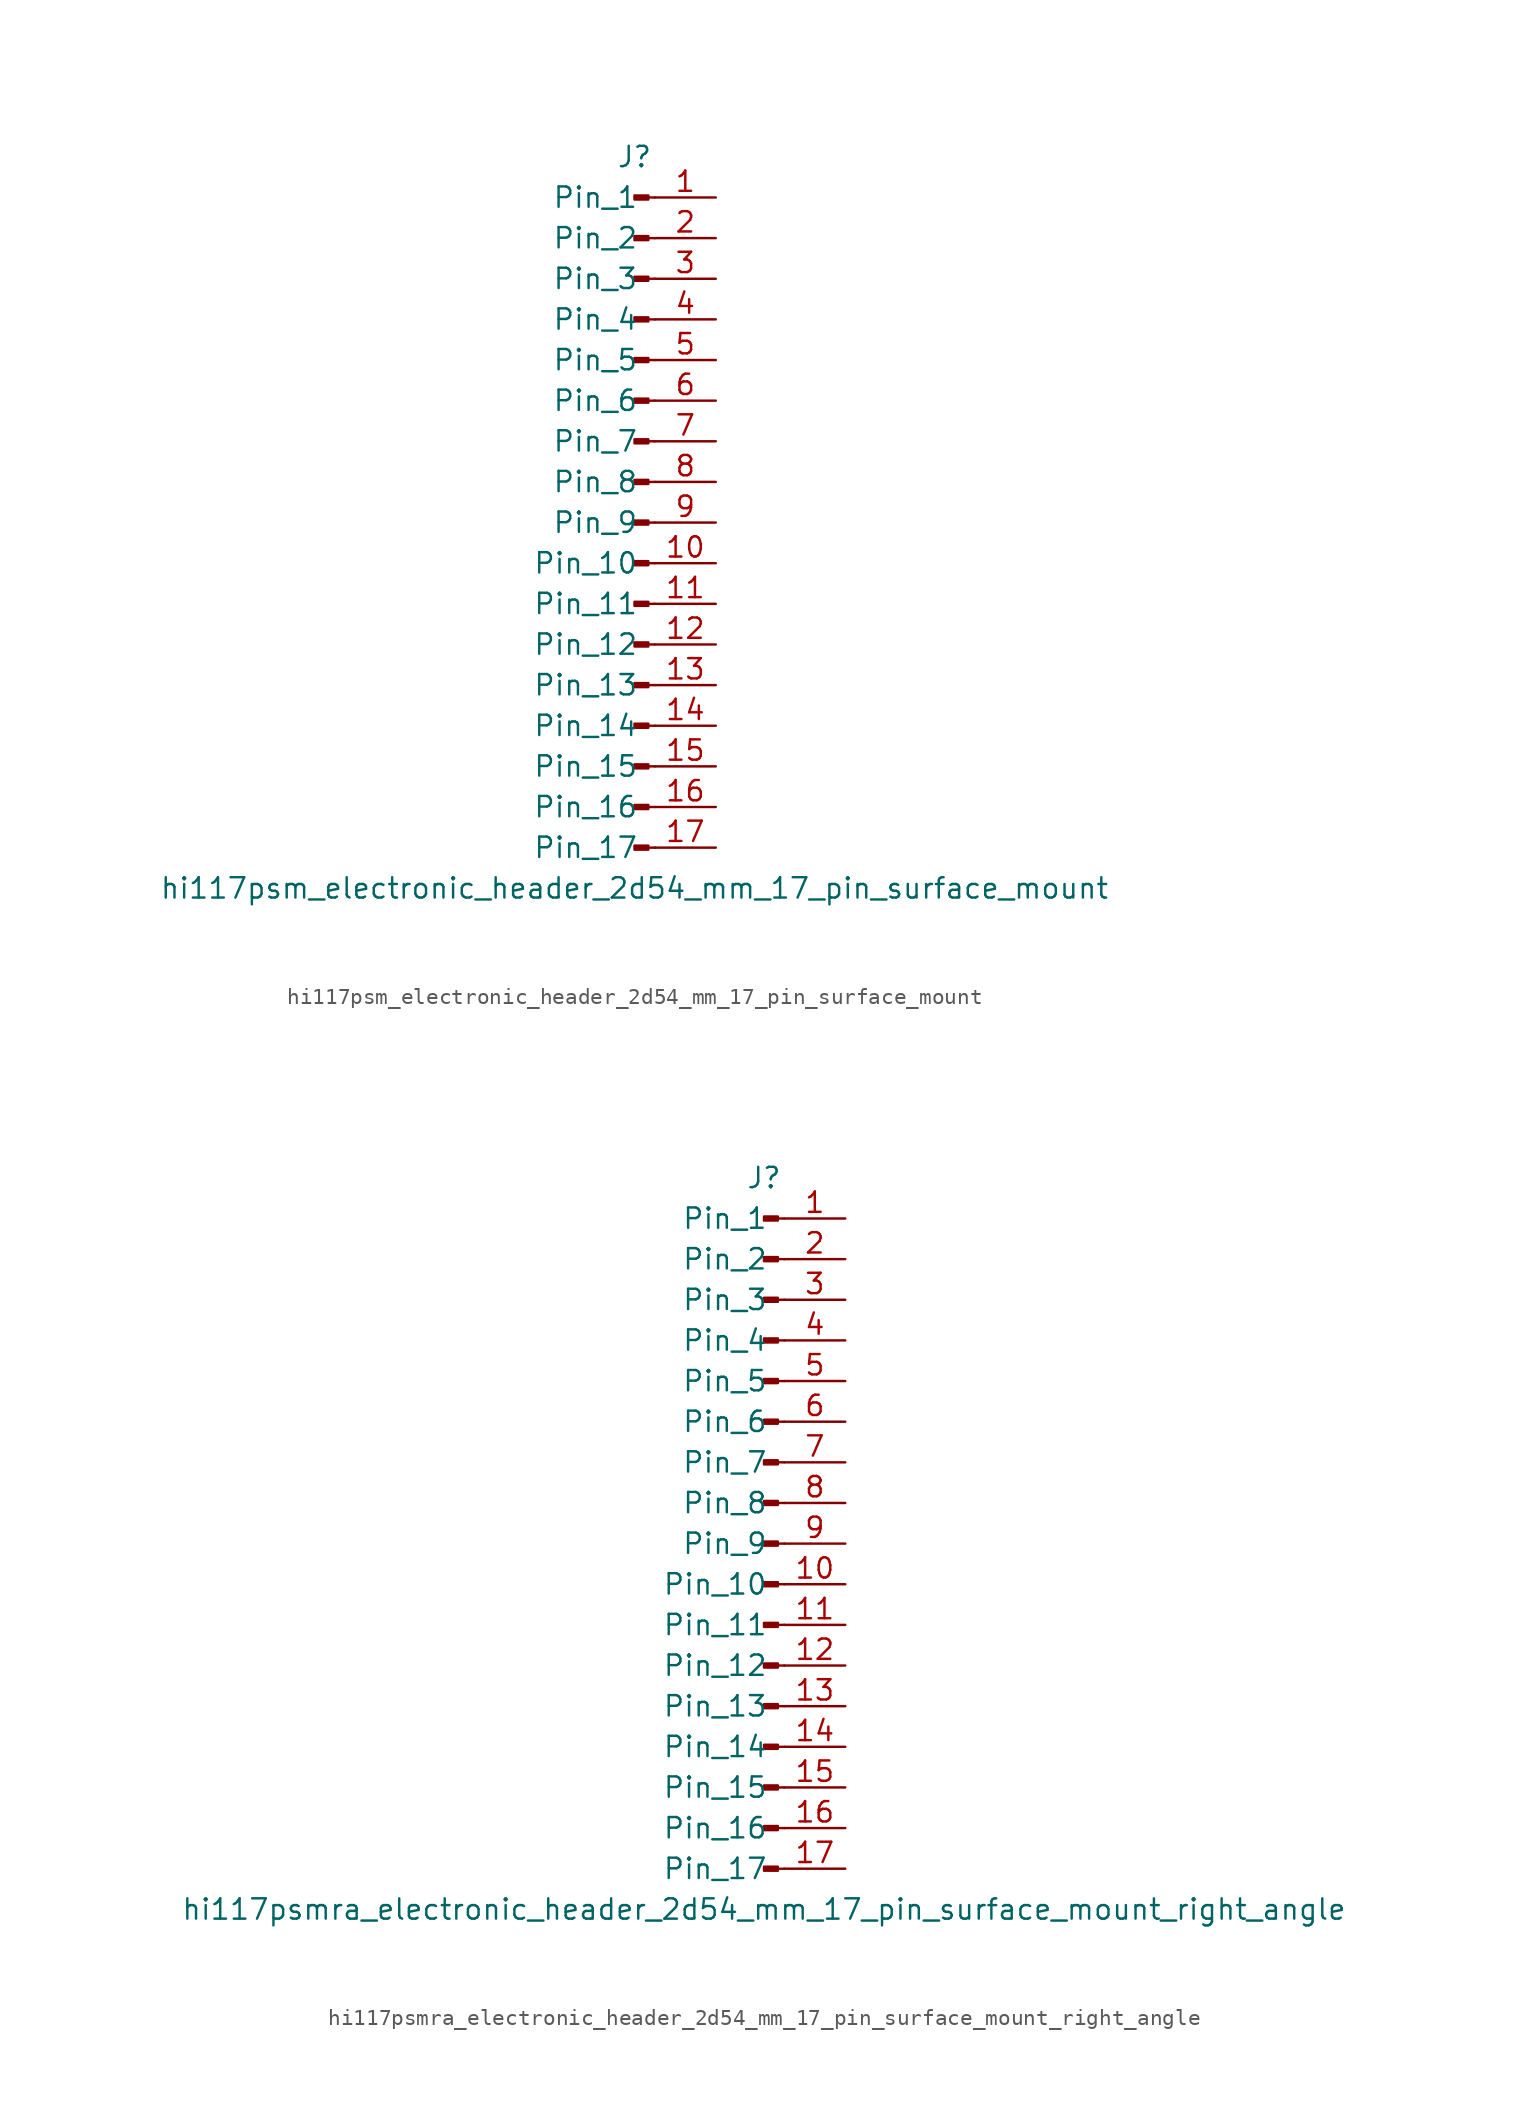
<source format=kicad_sym>
(kicad_symbol_lib
  (version 20220914)
  (generator kicad_symbol_editor)
  (symbol "hi117psm_electronic_header_2d54_mm_17_pin_surface_mount"
    (pin_names
      (offset 1.016))
    (property "Reference" "J"
      (at 0 22.86 0)
      (effects (font (size 1.27 1.27))))
    (property "Value" "hi117psm_electronic_header_2d54_mm_17_pin_surface_mount"
      (at 0 -22.86 0)
      (effects (font (size 1.27 1.27))))
    (property "ki_locked" ""
      (at 0 0 0)
      (effects (font (size 1.27 1.27))))
    (symbol "hi117psm_electronic_header_2d54_mm_17_pin_surface_mount_1_1"
      (polyline (pts (xy 1.27 -20.32) (xy 0.864 -20.32)) (stroke (width 0.152) (type default)) (fill (type none)))
      (polyline (pts (xy 1.27 -17.78) (xy 0.864 -17.78)) (stroke (width 0.152) (type default)) (fill (type none)))
      (polyline (pts (xy 1.27 -15.24) (xy 0.864 -15.24)) (stroke (width 0.152) (type default)) (fill (type none)))
      (polyline (pts (xy 1.27 -12.7) (xy 0.864 -12.7)) (stroke (width 0.152) (type default)) (fill (type none)))
      (polyline (pts (xy 1.27 -10.16) (xy 0.864 -10.16)) (stroke (width 0.152) (type default)) (fill (type none)))
      (polyline (pts (xy 1.27 -7.62) (xy 0.864 -7.62)) (stroke (width 0.152) (type default)) (fill (type none)))
      (polyline (pts (xy 1.27 -5.08) (xy 0.864 -5.08)) (stroke (width 0.152) (type default)) (fill (type none)))
      (polyline (pts (xy 1.27 -2.54) (xy 0.864 -2.54)) (stroke (width 0.152) (type default)) (fill (type none)))
      (polyline (pts (xy 1.27 0) (xy 0.864 0)) (stroke (width 0.152) (type default)) (fill (type none)))
      (polyline (pts (xy 1.27 2.54) (xy 0.864 2.54)) (stroke (width 0.152) (type default)) (fill (type none)))
      (polyline (pts (xy 1.27 5.08) (xy 0.864 5.08)) (stroke (width 0.152) (type default)) (fill (type none)))
      (polyline (pts (xy 1.27 7.62) (xy 0.864 7.62)) (stroke (width 0.152) (type default)) (fill (type none)))
      (polyline (pts (xy 1.27 10.16) (xy 0.864 10.16)) (stroke (width 0.152) (type default)) (fill (type none)))
      (polyline (pts (xy 1.27 12.7) (xy 0.864 12.7)) (stroke (width 0.152) (type default)) (fill (type none)))
      (polyline (pts (xy 1.27 15.24) (xy 0.864 15.24)) (stroke (width 0.152) (type default)) (fill (type none)))
      (polyline (pts (xy 1.27 17.78) (xy 0.864 17.78)) (stroke (width 0.152) (type default)) (fill (type none)))
      (polyline (pts (xy 1.27 20.32) (xy 0.864 20.32)) (stroke (width 0.152) (type default)) (fill (type none)))
      (rectangle (start 0.864 -20.193) (end 0 -20.447) (stroke (width 0.152) (type default)) (fill (type outline)))
      (rectangle (start 0.864 -17.653) (end 0 -17.907) (stroke (width 0.152) (type default)) (fill (type outline)))
      (rectangle (start 0.864 -15.113) (end 0 -15.367) (stroke (width 0.152) (type default)) (fill (type outline)))
      (rectangle (start 0.864 -12.573) (end 0 -12.827) (stroke (width 0.152) (type default)) (fill (type outline)))
      (rectangle (start 0.864 -10.033) (end 0 -10.287) (stroke (width 0.152) (type default)) (fill (type outline)))
      (rectangle (start 0.864 -7.493) (end 0 -7.747) (stroke (width 0.152) (type default)) (fill (type outline)))
      (rectangle (start 0.864 -4.953) (end 0 -5.207) (stroke (width 0.152) (type default)) (fill (type outline)))
      (rectangle (start 0.864 -2.413) (end 0 -2.667) (stroke (width 0.152) (type default)) (fill (type outline)))
      (rectangle (start 0.864 0.127) (end 0 -0.127) (stroke (width 0.152) (type default)) (fill (type outline)))
      (rectangle (start 0.864 2.667) (end 0 2.413) (stroke (width 0.152) (type default)) (fill (type outline)))
      (rectangle (start 0.864 5.207) (end 0 4.953) (stroke (width 0.152) (type default)) (fill (type outline)))
      (rectangle (start 0.864 7.747) (end 0 7.493) (stroke (width 0.152) (type default)) (fill (type outline)))
      (rectangle (start 0.864 10.287) (end 0 10.033) (stroke (width 0.152) (type default)) (fill (type outline)))
      (rectangle (start 0.864 12.827) (end 0 12.573) (stroke (width 0.152) (type default)) (fill (type outline)))
      (rectangle (start 0.864 15.367) (end 0 15.113) (stroke (width 0.152) (type default)) (fill (type outline)))
      (rectangle (start 0.864 17.907) (end 0 17.653) (stroke (width 0.152) (type default)) (fill (type outline)))
      (rectangle (start 0.864 20.447) (end 0 20.193) (stroke (width 0.152) (type default)) (fill (type outline)))
      (pin passive line (at 5.08 20.32 180) (length 3.81) (name "Pin_1" (effects (font (size 1.27 1.27)))) (number "1" (effects (font (size 1.27 1.27)))))
      (pin passive line (at 5.08 -2.54 180) (length 3.81) (name "Pin_10" (effects (font (size 1.27 1.27)))) (number "10" (effects (font (size 1.27 1.27)))))
      (pin passive line (at 5.08 -5.08 180) (length 3.81) (name "Pin_11" (effects (font (size 1.27 1.27)))) (number "11" (effects (font (size 1.27 1.27)))))
      (pin passive line (at 5.08 -7.62 180) (length 3.81) (name "Pin_12" (effects (font (size 1.27 1.27)))) (number "12" (effects (font (size 1.27 1.27)))))
      (pin passive line (at 5.08 -10.16 180) (length 3.81) (name "Pin_13" (effects (font (size 1.27 1.27)))) (number "13" (effects (font (size 1.27 1.27)))))
      (pin passive line (at 5.08 -12.7 180) (length 3.81) (name "Pin_14" (effects (font (size 1.27 1.27)))) (number "14" (effects (font (size 1.27 1.27)))))
      (pin passive line (at 5.08 -15.24 180) (length 3.81) (name "Pin_15" (effects (font (size 1.27 1.27)))) (number "15" (effects (font (size 1.27 1.27)))))
      (pin passive line (at 5.08 -17.78 180) (length 3.81) (name "Pin_16" (effects (font (size 1.27 1.27)))) (number "16" (effects (font (size 1.27 1.27)))))
      (pin passive line (at 5.08 -20.32 180) (length 3.81) (name "Pin_17" (effects (font (size 1.27 1.27)))) (number "17" (effects (font (size 1.27 1.27)))))
      (pin passive line (at 5.08 17.78 180) (length 3.81) (name "Pin_2" (effects (font (size 1.27 1.27)))) (number "2" (effects (font (size 1.27 1.27)))))
      (pin passive line (at 5.08 15.24 180) (length 3.81) (name "Pin_3" (effects (font (size 1.27 1.27)))) (number "3" (effects (font (size 1.27 1.27)))))
      (pin passive line (at 5.08 12.7 180) (length 3.81) (name "Pin_4" (effects (font (size 1.27 1.27)))) (number "4" (effects (font (size 1.27 1.27)))))
      (pin passive line (at 5.08 10.16 180) (length 3.81) (name "Pin_5" (effects (font (size 1.27 1.27)))) (number "5" (effects (font (size 1.27 1.27)))))
      (pin passive line (at 5.08 7.62 180) (length 3.81) (name "Pin_6" (effects (font (size 1.27 1.27)))) (number "6" (effects (font (size 1.27 1.27)))))
      (pin passive line (at 5.08 5.08 180) (length 3.81) (name "Pin_7" (effects (font (size 1.27 1.27)))) (number "7" (effects (font (size 1.27 1.27)))))
      (pin passive line (at 5.08 2.54 180) (length 3.81) (name "Pin_8" (effects (font (size 1.27 1.27)))) (number "8" (effects (font (size 1.27 1.27)))))
      (pin passive line (at 5.08 0 180) (length 3.81) (name "Pin_9" (effects (font (size 1.27 1.27)))) (number "9" (effects (font (size 1.27 1.27)))))))
  (symbol "hi117psmra_electronic_header_2d54_mm_17_pin_surface_mount_right_angle"
    (pin_names
      (offset 1.016))
    (property "Reference" "J"
      (at 0 22.86 0)
      (effects (font (size 1.27 1.27))))
    (property "Value" "hi117psmra_electronic_header_2d54_mm_17_pin_surface_mount_right_angle"
      (at 0 -22.86 0)
      (effects (font (size 1.27 1.27))))
    (property "ki_locked" ""
      (at 0 0 0)
      (effects (font (size 1.27 1.27))))
    (symbol "hi117psmra_electronic_header_2d54_mm_17_pin_surface_mount_right_angle_1_1"
      (polyline (pts (xy 1.27 -20.32) (xy 0.864 -20.32)) (stroke (width 0.152) (type default)) (fill (type none)))
      (polyline (pts (xy 1.27 -17.78) (xy 0.864 -17.78)) (stroke (width 0.152) (type default)) (fill (type none)))
      (polyline (pts (xy 1.27 -15.24) (xy 0.864 -15.24)) (stroke (width 0.152) (type default)) (fill (type none)))
      (polyline (pts (xy 1.27 -12.7) (xy 0.864 -12.7)) (stroke (width 0.152) (type default)) (fill (type none)))
      (polyline (pts (xy 1.27 -10.16) (xy 0.864 -10.16)) (stroke (width 0.152) (type default)) (fill (type none)))
      (polyline (pts (xy 1.27 -7.62) (xy 0.864 -7.62)) (stroke (width 0.152) (type default)) (fill (type none)))
      (polyline (pts (xy 1.27 -5.08) (xy 0.864 -5.08)) (stroke (width 0.152) (type default)) (fill (type none)))
      (polyline (pts (xy 1.27 -2.54) (xy 0.864 -2.54)) (stroke (width 0.152) (type default)) (fill (type none)))
      (polyline (pts (xy 1.27 0) (xy 0.864 0)) (stroke (width 0.152) (type default)) (fill (type none)))
      (polyline (pts (xy 1.27 2.54) (xy 0.864 2.54)) (stroke (width 0.152) (type default)) (fill (type none)))
      (polyline (pts (xy 1.27 5.08) (xy 0.864 5.08)) (stroke (width 0.152) (type default)) (fill (type none)))
      (polyline (pts (xy 1.27 7.62) (xy 0.864 7.62)) (stroke (width 0.152) (type default)) (fill (type none)))
      (polyline (pts (xy 1.27 10.16) (xy 0.864 10.16)) (stroke (width 0.152) (type default)) (fill (type none)))
      (polyline (pts (xy 1.27 12.7) (xy 0.864 12.7)) (stroke (width 0.152) (type default)) (fill (type none)))
      (polyline (pts (xy 1.27 15.24) (xy 0.864 15.24)) (stroke (width 0.152) (type default)) (fill (type none)))
      (polyline (pts (xy 1.27 17.78) (xy 0.864 17.78)) (stroke (width 0.152) (type default)) (fill (type none)))
      (polyline (pts (xy 1.27 20.32) (xy 0.864 20.32)) (stroke (width 0.152) (type default)) (fill (type none)))
      (rectangle (start 0.864 -20.193) (end 0 -20.447) (stroke (width 0.152) (type default)) (fill (type outline)))
      (rectangle (start 0.864 -17.653) (end 0 -17.907) (stroke (width 0.152) (type default)) (fill (type outline)))
      (rectangle (start 0.864 -15.113) (end 0 -15.367) (stroke (width 0.152) (type default)) (fill (type outline)))
      (rectangle (start 0.864 -12.573) (end 0 -12.827) (stroke (width 0.152) (type default)) (fill (type outline)))
      (rectangle (start 0.864 -10.033) (end 0 -10.287) (stroke (width 0.152) (type default)) (fill (type outline)))
      (rectangle (start 0.864 -7.493) (end 0 -7.747) (stroke (width 0.152) (type default)) (fill (type outline)))
      (rectangle (start 0.864 -4.953) (end 0 -5.207) (stroke (width 0.152) (type default)) (fill (type outline)))
      (rectangle (start 0.864 -2.413) (end 0 -2.667) (stroke (width 0.152) (type default)) (fill (type outline)))
      (rectangle (start 0.864 0.127) (end 0 -0.127) (stroke (width 0.152) (type default)) (fill (type outline)))
      (rectangle (start 0.864 2.667) (end 0 2.413) (stroke (width 0.152) (type default)) (fill (type outline)))
      (rectangle (start 0.864 5.207) (end 0 4.953) (stroke (width 0.152) (type default)) (fill (type outline)))
      (rectangle (start 0.864 7.747) (end 0 7.493) (stroke (width 0.152) (type default)) (fill (type outline)))
      (rectangle (start 0.864 10.287) (end 0 10.033) (stroke (width 0.152) (type default)) (fill (type outline)))
      (rectangle (start 0.864 12.827) (end 0 12.573) (stroke (width 0.152) (type default)) (fill (type outline)))
      (rectangle (start 0.864 15.367) (end 0 15.113) (stroke (width 0.152) (type default)) (fill (type outline)))
      (rectangle (start 0.864 17.907) (end 0 17.653) (stroke (width 0.152) (type default)) (fill (type outline)))
      (rectangle (start 0.864 20.447) (end 0 20.193) (stroke (width 0.152) (type default)) (fill (type outline)))
      (pin passive line (at 5.08 20.32 180) (length 3.81) (name "Pin_1" (effects (font (size 1.27 1.27)))) (number "1" (effects (font (size 1.27 1.27)))))
      (pin passive line (at 5.08 -2.54 180) (length 3.81) (name "Pin_10" (effects (font (size 1.27 1.27)))) (number "10" (effects (font (size 1.27 1.27)))))
      (pin passive line (at 5.08 -5.08 180) (length 3.81) (name "Pin_11" (effects (font (size 1.27 1.27)))) (number "11" (effects (font (size 1.27 1.27)))))
      (pin passive line (at 5.08 -7.62 180) (length 3.81) (name "Pin_12" (effects (font (size 1.27 1.27)))) (number "12" (effects (font (size 1.27 1.27)))))
      (pin passive line (at 5.08 -10.16 180) (length 3.81) (name "Pin_13" (effects (font (size 1.27 1.27)))) (number "13" (effects (font (size 1.27 1.27)))))
      (pin passive line (at 5.08 -12.7 180) (length 3.81) (name "Pin_14" (effects (font (size 1.27 1.27)))) (number "14" (effects (font (size 1.27 1.27)))))
      (pin passive line (at 5.08 -15.24 180) (length 3.81) (name "Pin_15" (effects (font (size 1.27 1.27)))) (number "15" (effects (font (size 1.27 1.27)))))
      (pin passive line (at 5.08 -17.78 180) (length 3.81) (name "Pin_16" (effects (font (size 1.27 1.27)))) (number "16" (effects (font (size 1.27 1.27)))))
      (pin passive line (at 5.08 -20.32 180) (length 3.81) (name "Pin_17" (effects (font (size 1.27 1.27)))) (number "17" (effects (font (size 1.27 1.27)))))
      (pin passive line (at 5.08 17.78 180) (length 3.81) (name "Pin_2" (effects (font (size 1.27 1.27)))) (number "2" (effects (font (size 1.27 1.27)))))
      (pin passive line (at 5.08 15.24 180) (length 3.81) (name "Pin_3" (effects (font (size 1.27 1.27)))) (number "3" (effects (font (size 1.27 1.27)))))
      (pin passive line (at 5.08 12.7 180) (length 3.81) (name "Pin_4" (effects (font (size 1.27 1.27)))) (number "4" (effects (font (size 1.27 1.27)))))
      (pin passive line (at 5.08 10.16 180) (length 3.81) (name "Pin_5" (effects (font (size 1.27 1.27)))) (number "5" (effects (font (size 1.27 1.27)))))
      (pin passive line (at 5.08 7.62 180) (length 3.81) (name "Pin_6" (effects (font (size 1.27 1.27)))) (number "6" (effects (font (size 1.27 1.27)))))
      (pin passive line (at 5.08 5.08 180) (length 3.81) (name "Pin_7" (effects (font (size 1.27 1.27)))) (number "7" (effects (font (size 1.27 1.27)))))
      (pin passive line (at 5.08 2.54 180) (length 3.81) (name "Pin_8" (effects (font (size 1.27 1.27)))) (number "8" (effects (font (size 1.27 1.27)))))
      (pin passive line (at 5.08 0 180) (length 3.81) (name "Pin_9" (effects (font (size 1.27 1.27)))) (number "9" (effects (font (size 1.27 1.27))))))))
</source>
